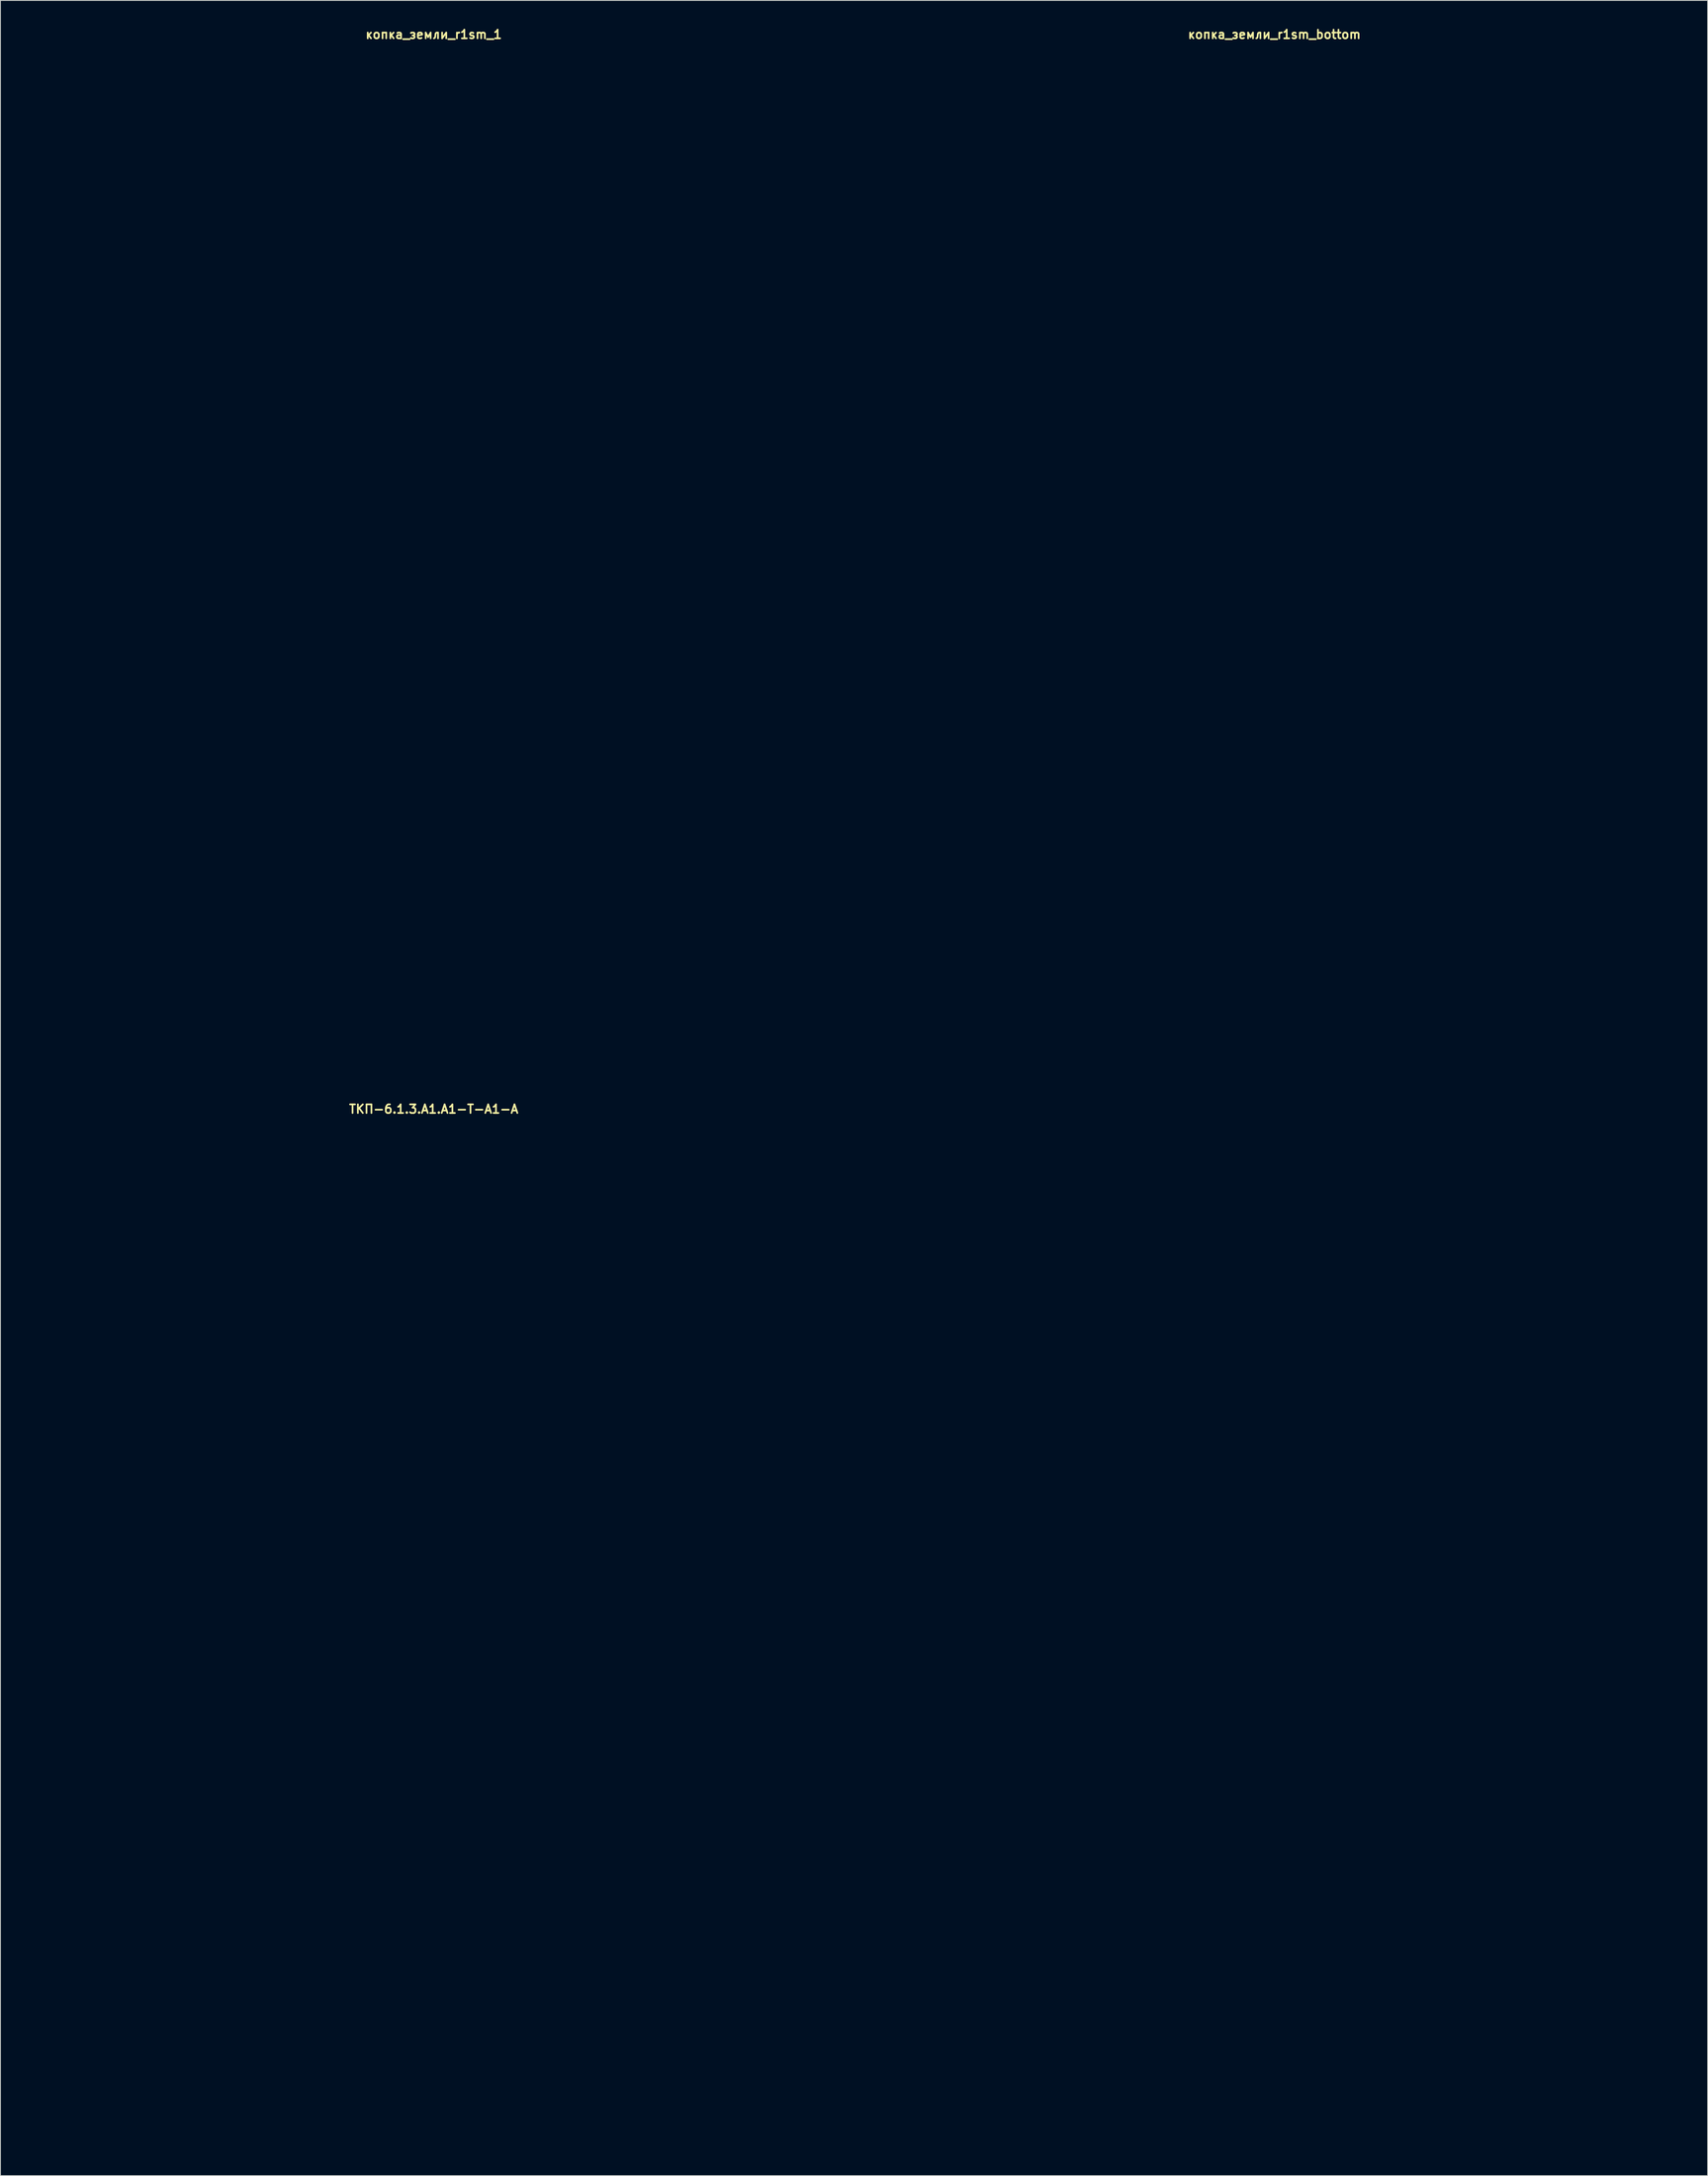
<source format=kicad_pcb>
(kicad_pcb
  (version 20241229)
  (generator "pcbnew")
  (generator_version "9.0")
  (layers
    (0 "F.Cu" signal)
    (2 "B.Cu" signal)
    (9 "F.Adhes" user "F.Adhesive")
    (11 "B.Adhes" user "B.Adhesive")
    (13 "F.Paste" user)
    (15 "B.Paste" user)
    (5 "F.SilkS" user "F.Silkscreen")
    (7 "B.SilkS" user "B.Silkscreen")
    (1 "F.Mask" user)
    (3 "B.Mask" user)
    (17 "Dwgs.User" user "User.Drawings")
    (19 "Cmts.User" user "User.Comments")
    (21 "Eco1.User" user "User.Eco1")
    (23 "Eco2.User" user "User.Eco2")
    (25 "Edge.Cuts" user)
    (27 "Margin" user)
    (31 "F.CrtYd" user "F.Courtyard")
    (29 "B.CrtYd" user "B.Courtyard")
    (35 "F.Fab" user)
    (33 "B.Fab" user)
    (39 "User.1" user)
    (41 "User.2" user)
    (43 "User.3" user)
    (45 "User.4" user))
  (footprint "ТКП-6.1.3.A1.A1-T-A1-A"
    (layer "F.Cu")
    (at 47.2 185.98)
    (property "Reference" "ТКП-6.1.3.A1.A1-T-A1-A" (at 0 -60.579 0) (layer "F.SilkS") (effects (font (size 1 1) (thickness 0.2))))
    (attr through_hole)
    (fp_line (start -47 -56.65) (end -47 56.65) (stroke (width 0.4) (type solid)) (layer "Eco1.User"))
    (fp_line (start -43.9 -59.75) (end 43.9 -59.75) (stroke (width 0.4) (type solid)) (layer "Eco1.User"))
    (fp_line (start -43.9 59.75) (end 43.9 59.75) (stroke (width 0.4) (type solid)) (layer "Eco1.User"))
    (fp_line (start 47 -56.65) (end 47 56.65) (stroke (width 0.4) (type solid)) (layer "Eco1.User"))
    (fp_arc (start -47 -56.65) (mid -46.092031 -58.842031) (end -43.9 -59.75) (stroke (width 0.4) (type solid)) (layer "Eco1.User"))
    (fp_arc (start -43.9 59.75) (mid -46.092031 58.842031) (end -47 56.65) (stroke (width 0.4) (type solid)) (layer "Eco1.User"))
    (fp_arc (start 43.9 -59.75) (mid 46.092031 -58.842031) (end 47 -56.65) (stroke (width 0.4) (type solid)) (layer "Eco1.User"))
    (fp_arc (start 47 56.65) (mid 46.092031 58.842031) (end 43.9 59.75) (stroke (width 0.4) (type solid)) (layer "Eco1.User"))
    (fp_circle (center -39.37 -5.08) (end -37.87 -5.08) (stroke (width 0.4) (type solid)) (fill no) (layer "Eco1.User"))
    (fp_circle (center -39.37 -5.08) (end -35.87 -5.08) (stroke (width 0.4) (type solid)) (fill no) (layer "Eco1.User"))
    (fp_circle (center -38.6 -51.35) (end -37.1 -51.35) (stroke (width 0.4) (type solid)) (fill no) (layer "Eco1.User"))
    (fp_circle (center -38.6 -51.35) (end -35.1 -51.35) (stroke (width 0.4) (type solid)) (fill no) (layer "Eco1.User"))
    (fp_circle (center -38.6 51.35) (end -37.1 51.35) (stroke (width 0.4) (type solid)) (fill no) (layer "Eco1.User"))
    (fp_circle (center -38.6 51.35) (end -35.1 51.35) (stroke (width 0.4) (type solid)) (fill no) (layer "Eco1.User"))
    (fp_circle (center -33.02 -31.55) (end -29.42 -31.55) (stroke (width 0.4) (type solid)) (fill no) (layer "Eco1.User"))
    (fp_circle (center -33.02 -31.55) (end -23.52 -31.55) (stroke (width 0.4) (type solid)) (fill no) (layer "Eco1.User"))
    (fp_circle (center -29.21 -52.07) (end -27.71 -52.07) (stroke (width 0.4) (type solid)) (fill no) (layer "Eco1.User"))
    (fp_circle (center -29.21 -52.07) (end -25.71 -52.07) (stroke (width 0.4) (type solid)) (fill no) (layer "Eco1.User"))
    (fp_circle (center -26.67 -5.08) (end -23.67 -5.08) (stroke (width 0.4) (type solid)) (fill no) (layer "Eco1.User"))
    (fp_circle (center -8.89 -52.07) (end -7.39 -52.07) (stroke (width 0.4) (type solid)) (fill no) (layer "Eco1.User"))
    (fp_circle (center -8.89 -52.07) (end -5.39 -52.07) (stroke (width 0.4) (type solid)) (fill no) (layer "Eco1.User"))
    (fp_circle (center 0 -31.55) (end 3.6 -31.55) (stroke (width 0.4) (type solid)) (fill no) (layer "Eco1.User"))
    (fp_circle (center 0 -31.55) (end 9.5 -31.55) (stroke (width 0.4) (type solid)) (fill no) (layer "Eco1.User"))
    (fp_circle (center 0 -5.08) (end 3 -5.08) (stroke (width 0.4) (type solid)) (fill no) (layer "Eco1.User"))
    (fp_circle (center 0 13.97) (end 2.65 13.97) (stroke (width 0.4) (type solid)) (fill no) (layer "Eco1.User"))
    (fp_circle (center 0 29.21) (end 6 29.21) (stroke (width 0.4) (type solid)) (fill no) (layer "Eco1.User"))
    (fp_circle (center 0 29.21) (end 9.75 29.21) (stroke (width 0.4) (type solid)) (fill no) (layer "Eco1.User"))
    (fp_circle (center 8.89 -52.07) (end 10.39 -52.07) (stroke (width 0.4) (type solid)) (fill no) (layer "Eco1.User"))
    (fp_circle (center 8.89 -52.07) (end 12.39 -52.07) (stroke (width 0.4) (type solid)) (fill no) (layer "Eco1.User"))
    (fp_circle (center 26.67 -5.08) (end 29.67 -5.08) (stroke (width 0.4) (type solid)) (fill no) (layer "Eco1.User"))
    (fp_circle (center 29.21 -52.07) (end 30.71 -52.07) (stroke (width 0.4) (type solid)) (fill no) (layer "Eco1.User"))
    (fp_circle (center 29.21 -52.07) (end 32.71 -52.07) (stroke (width 0.4) (type solid)) (fill no) (layer "Eco1.User"))
    (fp_circle (center 33.02 -31.55) (end 36.62 -31.55) (stroke (width 0.4) (type solid)) (fill no) (layer "Eco1.User"))
    (fp_circle (center 33.02 -31.55) (end 42.52 -31.55) (stroke (width 0.4) (type solid)) (fill no) (layer "Eco1.User"))
    (fp_circle (center 38.6 -51.35) (end 40.1 -51.35) (stroke (width 0.4) (type solid)) (fill no) (layer "Eco1.User"))
    (fp_circle (center 38.6 -51.35) (end 42.1 -51.35) (stroke (width 0.4) (type solid)) (fill no) (layer "Eco1.User"))
    (fp_circle (center 38.6 51.35) (end 40.1 51.35) (stroke (width 0.4) (type solid)) (fill no) (layer "Eco1.User"))
    (fp_circle (center 38.6 51.35) (end 42.1 51.35) (stroke (width 0.4) (type solid)) (fill no) (layer "Eco1.User"))
    (fp_circle (center 39.37 -5.08) (end 40.87 -5.08) (stroke (width 0.4) (type solid)) (fill no) (layer "Eco1.User"))
    (fp_circle (center 39.37 -5.08) (end 42.87 -5.08) (stroke (width 0.4) (type solid)) (fill no) (layer "Eco1.User"))
    (fp_line (start -47 -59.75) (end -47 59.75) (stroke (width 0.4) (type solid)) (layer "Eco2.User"))
    (fp_line (start -47 -59.75) (end 47 -59.75) (stroke (width 0.4) (type solid)) (layer "Eco2.User"))
    (fp_line (start -47 59.75) (end 47 59.75) (stroke (width 0.4) (type solid)) (layer "Eco2.User"))
    (fp_line (start -26.67 0) (end -26.67 3.81) (stroke (width 0.5) (type solid)) (layer "Eco2.User"))
    (fp_line (start -5.715 -45.72) (end -4.445 -45.72) (stroke (width 0.25) (type solid)) (layer "Eco2.User"))
    (fp_line (start -5.08 -46.355) (end -5.08 -45.085) (stroke (width 0.25) (type solid)) (layer "Eco2.User"))
    (fp_line (start -3.81 -45.72) (end -1.27 -45.72) (stroke (width 0.5) (type solid)) (layer "Eco2.User"))
    (fp_line (start -1.905 4.445) (end -1.905 8.255) (stroke (width 0.5) (type solid)) (layer "Eco2.User"))
    (fp_line (start 0 -45.72) (end 3.81 -45.72) (stroke (width 0.5) (type solid)) (layer "Eco2.User"))
    (fp_line (start 1.905 4.445) (end 1.905 8.255) (stroke (width 0.5) (type solid)) (layer "Eco2.User"))
    (fp_line (start 4.445 -45.72) (end 5.715 -45.72) (stroke (width 0.25) (type solid)) (layer "Eco2.User"))
    (fp_line (start 47 -59.75) (end 47 59.75) (stroke (width 0.4) (type solid)) (layer "Eco2.User"))
    (fp_arc (start 0 -44.45) (mid -1.27 -45.72) (end 0 -46.99) (stroke (width 0.5) (type solid)) (layer "Eco2.User"))
    (fp_circle (center -5.08 -45.72) (end -3.81 -45.72) (stroke (width 0.5) (type solid)) (fill no) (layer "Eco2.User"))
    (fp_circle (center 0 -45.72) (end 0.25 -45.72) (stroke (width 0.5) (type solid)) (fill no) (layer "Eco2.User"))
    (fp_circle (center 5.08 -45.72) (end 6.35 -45.72) (stroke (width 0.5) (type solid)) (fill no) (layer "Eco2.User"))
    (fp_poly (pts (xy -19.05 -46.99) (xy -20.32 -44.45) (xy -17.78 -44.45)) (stroke (width 0.5) (type solid)) (fill no) (layer "Eco2.User"))
    (fp_poly (pts (xy 19.05 -44.45) (xy 17.78 -46.99) (xy 20.32 -46.99)) (stroke (width 0.5) (type solid)) (fill no) (layer "Eco2.User"))
    (fp_text user "DRIVE" (at 33.02 -18.415 0) (unlocked yes) (layer "Eco2.User") (effects (font (size 3 3) (thickness 0.5))))
    (fp_text user "BANDWIDTH" (at 26.67 1.905 0) (unlocked yes) (layer "Eco2.User") (effects (font (size 2.5 2.5) (thickness 0.5))))
    (fp_text user "IN" (at 19.05 -52.07 0) (unlocked yes) (layer "Eco2.User") (effects (font (size 3 3) (thickness 0.5))))
    (fp_text user "-ТТКРЧПДЛ-\nGOOD GRIEF OVERDRIVE\nREV. 1" (at 0 48.26 0) (unlocked yes) (layer "Eco2.User") (effects (font (size 3 3) (thickness 0.5))))
    (fp_text user "TONE" (at 0 -18.415 0) (unlocked yes) (layer "Eco2.User") (effects (font (size 3 3) (thickness 0.5))))
    (fp_text user "Si" (at 2.54 6.35 0) (unlocked yes) (layer "Eco2.User") (effects (font (size 2.5 2.5) (thickness 0.5)) (justify left)))
    (fp_text user "VOLUME" (at -33.02 -18.415 0) (unlocked yes) (layer "Eco2.User") (effects (font (size 3 3) (thickness 0.5))))
    (fp_text user "9V" (at 0 -52.07 0) (unlocked yes) (layer "Eco2.User") (effects (font (size 3 3) (thickness 0.5))))
    (fp_text user "NORMAL" (at -27.305 1.905 0) (unlocked yes) (layer "Eco2.User") (effects (font (size 2.5 2.5) (thickness 0.5)) (justify right)))
    (fp_text user "BRIGHT" (at -26.035 1.905 0) (unlocked yes) (layer "Eco2.User") (effects (font (size 2.5 2.5) (thickness 0.5)) (justify left)))
    (fp_text user "N" (at 0 6.35 0) (unlocked yes) (layer "Eco2.User") (effects (font (size 2.5 2.5) (thickness 0.5))))
    (fp_text user "VOICE" (at 0 1.905 0) (unlocked yes) (layer "Eco2.User") (effects (font (size 2.5 2.5) (thickness 0.5))))
    (fp_text user "MF" (at -2.54 6.35 0) (unlocked yes) (layer "Eco2.User") (effects (font (size 2.5 2.5) (thickness 0.5)) (justify right)))
    (fp_text user "OUT" (at -19.05 -52.07 0) (unlocked yes) (layer "Eco2.User") (effects (font (size 3 3) (thickness 0.5)))))
  (footprint "копка_земли_r1sm_bottom"
    (layer "F.Cu")
    (at 144.6 61.515)
    (property "Reference" "копка_земли_r1sm_bottom" (at 0 -60.579 0) (layer "F.SilkS") (effects (font (size 1 1) (thickness 0.2))))
    (attr through_hole)
    (fp_line (start -47 -56.65) (end -47 56.65) (stroke (width 0.4) (type solid)) (layer "Eco1.User"))
    (fp_line (start -43.9 -59.75) (end 43.9 -59.75) (stroke (width 0.4) (type solid)) (layer "Eco1.User"))
    (fp_line (start -43.9 59.75) (end 43.9 59.75) (stroke (width 0.4) (type solid)) (layer "Eco1.User"))
    (fp_line (start 47 -56.65) (end 47 56.65) (stroke (width 0.4) (type solid)) (layer "Eco1.User"))
    (fp_arc (start -47 -56.65) (mid -46.092031 -58.842031) (end -43.9 -59.75) (stroke (width 0.4) (type solid)) (layer "Eco1.User"))
    (fp_arc (start -43.9 59.75) (mid -46.092031 58.842031) (end -47 56.65) (stroke (width 0.4) (type solid)) (layer "Eco1.User"))
    (fp_arc (start 43.9 -59.75) (mid 46.092031 -58.842031) (end 47 -56.65) (stroke (width 0.4) (type solid)) (layer "Eco1.User"))
    (fp_arc (start 47 56.65) (mid 46.092031 58.842031) (end 43.9 59.75) (stroke (width 0.4) (type solid)) (layer "Eco1.User"))
    (fp_circle (center -38.6 -51.35) (end -37.1 -51.35) (stroke (width 0.4) (type solid)) (fill no) (layer "Eco1.User"))
    (fp_circle (center -38.6 51.35) (end -37.1 51.35) (stroke (width 0.4) (type solid)) (fill no) (layer "Eco1.User"))
    (fp_circle (center -33.02 -31.55) (end -29.42 -31.55) (stroke (width 0.4) (type solid)) (fill no) (layer "Eco1.User"))
    (fp_circle (center -33.02 -4.88) (end -29.42 -4.88) (stroke (width 0.4) (type solid)) (fill no) (layer "Eco1.User"))
    (fp_circle (center -29.21 -52.07) (end -27.71 -52.07) (stroke (width 0.4) (type solid)) (fill no) (layer "Eco1.User"))
    (fp_circle (center -8.89 -52.07) (end -7.39 -52.07) (stroke (width 0.4) (type solid)) (fill no) (layer "Eco1.User"))
    (fp_circle (center 0 -31.55) (end 3.6 -31.55) (stroke (width 0.4) (type solid)) (fill no) (layer "Eco1.User"))
    (fp_circle (center 0 -4.88) (end 3.6 -4.88) (stroke (width 0.4) (type solid)) (fill no) (layer "Eco1.User"))
    (fp_circle (center 0 13.97) (end 2.65 13.97) (stroke (width 0.4) (type solid)) (fill no) (layer "Eco1.User"))
    (fp_circle (center 0 29.21) (end 6 29.21) (stroke (width 0.4) (type solid)) (fill no) (layer "Eco1.User"))
    (fp_circle (center 8.89 -52.07) (end 10.39 -52.07) (stroke (width 0.4) (type solid)) (fill no) (layer "Eco1.User"))
    (fp_circle (center 29.21 -52.07) (end 30.71 -52.07) (stroke (width 0.4) (type solid)) (fill no) (layer "Eco1.User"))
    (fp_circle (center 33.02 -31.55) (end 36.62 -31.55) (stroke (width 0.4) (type solid)) (fill no) (layer "Eco1.User"))
    (fp_circle (center 33.02 -4.88) (end 36.62 -4.88) (stroke (width 0.4) (type solid)) (fill no) (layer "Eco1.User"))
    (fp_circle (center 38.6 -51.35) (end 40.1 -51.35) (stroke (width 0.4) (type solid)) (fill no) (layer "Eco1.User"))
    (fp_circle (center 38.6 51.35) (end 40.1 51.35) (stroke (width 0.4) (type solid)) (fill no) (layer "Eco1.User")))
  (footprint "копка_земли_r1sm_1"
    (layer "F.Cu")
    (at 47.2 61.515)
    (property "Reference" "копка_земли_r1sm_1" (at 0 -60.579 0) (layer "F.SilkS") (effects (font (size 1 1) (thickness 0.2))))
    (attr through_hole)
    (fp_line (start -47 -56.65) (end -47 56.65) (stroke (width 0.4) (type solid)) (layer "Eco1.User"))
    (fp_line (start -43.9 -59.75) (end 43.9 -59.75) (stroke (width 0.4) (type solid)) (layer "Eco1.User"))
    (fp_line (start -43.9 59.75) (end 43.9 59.75) (stroke (width 0.4) (type solid)) (layer "Eco1.User"))
    (fp_line (start 47 -56.65) (end 47 56.65) (stroke (width 0.4) (type solid)) (layer "Eco1.User"))
    (fp_arc (start -47 -56.65) (mid -46.092031 -58.842031) (end -43.9 -59.75) (stroke (width 0.4) (type solid)) (layer "Eco1.User"))
    (fp_arc (start -43.9 59.75) (mid -46.092031 58.842031) (end -47 56.65) (stroke (width 0.4) (type solid)) (layer "Eco1.User"))
    (fp_arc (start 43.9 -59.75) (mid 46.092031 -58.842031) (end 47 -56.65) (stroke (width 0.4) (type solid)) (layer "Eco1.User"))
    (fp_arc (start 47 56.65) (mid 46.092031 58.842031) (end 43.9 59.75) (stroke (width 0.4) (type solid)) (layer "Eco1.User"))
    (fp_circle (center -38.6 -51.35) (end -37.1 -51.35) (stroke (width 0.4) (type solid)) (fill no) (layer "Eco1.User"))
    (fp_circle (center -38.6 -51.35) (end -35.1 -51.35) (stroke (width 0.4) (type solid)) (fill no) (layer "Eco1.User"))
    (fp_circle (center -38.6 51.35) (end -37.1 51.35) (stroke (width 0.4) (type solid)) (fill no) (layer "Eco1.User"))
    (fp_circle (center -38.6 51.35) (end -35.1 51.35) (stroke (width 0.4) (type solid)) (fill no) (layer "Eco1.User"))
    (fp_circle (center -33.02 -31.55) (end -29.42 -31.55) (stroke (width 0.4) (type solid)) (fill no) (layer "Eco1.User"))
    (fp_circle (center -33.02 -31.55) (end -23.52 -31.55) (stroke (width 0.4) (type solid)) (fill no) (layer "Eco1.User"))
    (fp_circle (center -33.02 -4.88) (end -29.42 -4.88) (stroke (width 0.4) (type solid)) (fill no) (layer "Eco1.User"))
    (fp_circle (center -33.02 -4.88) (end -23.52 -4.88) (stroke (width 0.4) (type solid)) (fill no) (layer "Eco1.User"))
    (fp_circle (center -29.21 -52.07) (end -27.71 -52.07) (stroke (width 0.4) (type solid)) (fill no) (layer "Eco1.User"))
    (fp_circle (center -29.21 -52.07) (end -25.71 -52.07) (stroke (width 0.4) (type solid)) (fill no) (layer "Eco1.User"))
    (fp_circle (center -8.89 -52.07) (end -7.39 -52.07) (stroke (width 0.4) (type solid)) (fill no) (layer "Eco1.User"))
    (fp_circle (center -8.89 -52.07) (end -5.39 -52.07) (stroke (width 0.4) (type solid)) (fill no) (layer "Eco1.User"))
    (fp_circle (center 0 -31.55) (end 3.6 -31.55) (stroke (width 0.4) (type solid)) (fill no) (layer "Eco1.User"))
    (fp_circle (center 0 -31.55) (end 9.5 -31.55) (stroke (width 0.4) (type solid)) (fill no) (layer "Eco1.User"))
    (fp_circle (center 0 -4.88) (end 3.6 -4.88) (stroke (width 0.4) (type solid)) (fill no) (layer "Eco1.User"))
    (fp_circle (center 0 -4.88) (end 9.5 -4.88) (stroke (width 0.4) (type solid)) (fill no) (layer "Eco1.User"))
    (fp_circle (center 0 13.97) (end 2.65 13.97) (stroke (width 0.4) (type solid)) (fill no) (layer "Eco1.User"))
    (fp_circle (center 0 29.21) (end 6 29.21) (stroke (width 0.4) (type solid)) (fill no) (layer "Eco1.User"))
    (fp_circle (center 0 29.21) (end 9.75 29.21) (stroke (width 0.4) (type solid)) (fill no) (layer "Eco1.User"))
    (fp_circle (center 8.89 -52.07) (end 10.39 -52.07) (stroke (width 0.4) (type solid)) (fill no) (layer "Eco1.User"))
    (fp_circle (center 8.89 -52.07) (end 12.39 -52.07) (stroke (width 0.4) (type solid)) (fill no) (layer "Eco1.User"))
    (fp_circle (center 29.21 -52.07) (end 30.71 -52.07) (stroke (width 0.4) (type solid)) (fill no) (layer "Eco1.User"))
    (fp_circle (center 29.21 -52.07) (end 32.71 -52.07) (stroke (width 0.4) (type solid)) (fill no) (layer "Eco1.User"))
    (fp_circle (center 33.02 -31.55) (end 36.62 -31.55) (stroke (width 0.4) (type solid)) (fill no) (layer "Eco1.User"))
    (fp_circle (center 33.02 -31.55) (end 42.52 -31.55) (stroke (width 0.4) (type solid)) (fill no) (layer "Eco1.User"))
    (fp_circle (center 33.02 -4.88) (end 36.62 -4.88) (stroke (width 0.4) (type solid)) (fill no) (layer "Eco1.User"))
    (fp_circle (center 33.02 -4.88) (end 42.52 -4.88) (stroke (width 0.4) (type solid)) (fill no) (layer "Eco1.User"))
    (fp_circle (center 38.6 -51.35) (end 40.1 -51.35) (stroke (width 0.4) (type solid)) (fill no) (layer "Eco1.User"))
    (fp_circle (center 38.6 -51.35) (end 42.1 -51.35) (stroke (width 0.4) (type solid)) (fill no) (layer "Eco1.User"))
    (fp_circle (center 38.6 51.35) (end 40.1 51.35) (stroke (width 0.4) (type solid)) (fill no) (layer "Eco1.User"))
    (fp_circle (center 38.6 51.35) (end 42.1 51.35) (stroke (width 0.4) (type solid)) (fill no) (layer "Eco1.User")))
  (gr_rect
    (start -3 -3)
    (end 194.8 248.93)
    (stroke (width 0.1) (type default))
    (fill no)
    (layer "Edge.Cuts")))
</source>
